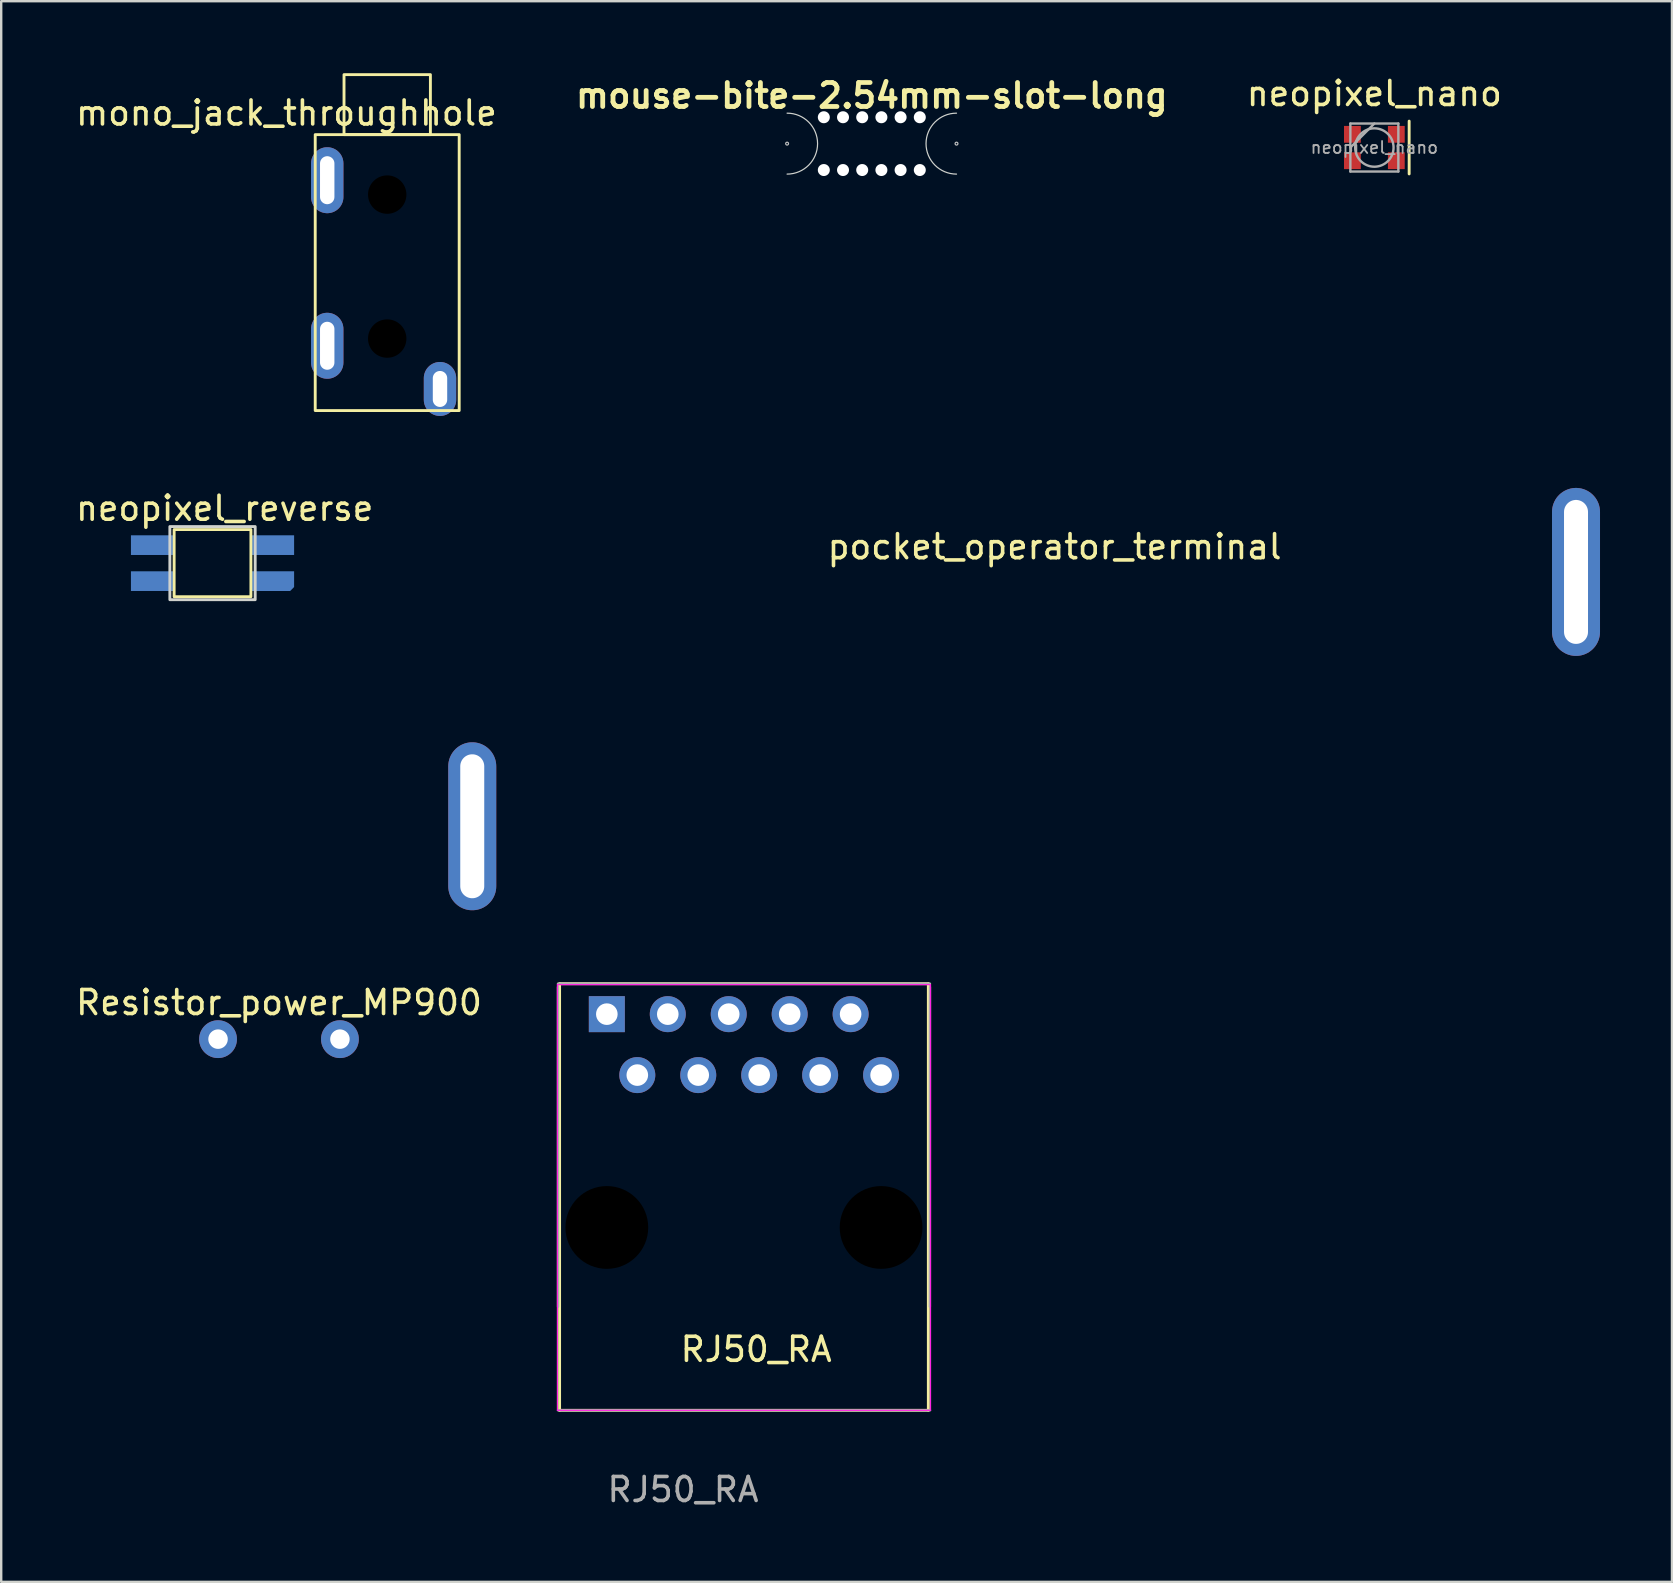
<source format=kicad_pcb>
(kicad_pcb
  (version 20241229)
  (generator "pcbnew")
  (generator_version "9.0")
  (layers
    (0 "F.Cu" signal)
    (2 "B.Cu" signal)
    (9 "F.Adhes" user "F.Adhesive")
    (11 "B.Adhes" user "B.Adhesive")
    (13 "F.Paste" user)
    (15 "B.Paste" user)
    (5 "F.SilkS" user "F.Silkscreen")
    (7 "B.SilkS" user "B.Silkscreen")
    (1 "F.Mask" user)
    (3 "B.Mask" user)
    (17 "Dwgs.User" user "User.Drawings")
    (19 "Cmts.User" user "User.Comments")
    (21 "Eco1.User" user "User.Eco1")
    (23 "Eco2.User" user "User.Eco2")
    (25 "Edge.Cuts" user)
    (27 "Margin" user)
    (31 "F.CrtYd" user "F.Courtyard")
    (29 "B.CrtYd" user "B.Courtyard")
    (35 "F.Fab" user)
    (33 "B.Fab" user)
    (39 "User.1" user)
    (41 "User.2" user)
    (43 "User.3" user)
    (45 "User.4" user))
  (footprint "RJ50_RA"
    (layer "F.Cu")
    (at 27.955 48.105)
    (property "Reference" "RJ50_RA" (at 0.508 5.08 0) (layer "F.SilkS") (effects (font (size 1 1) (thickness 0.15))))
    (fp_line (start -7.684 -10.16) (end -7.684 7.62) (stroke (width 0.12) (type solid)) (layer "F.SilkS"))
    (fp_line (start 7.684 -10.16) (end -7.684 -10.16) (stroke (width 0.12) (type solid)) (layer "F.SilkS"))
    (fp_line (start 7.684 -10.16) (end 7.684 7.62) (stroke (width 0.12) (type solid)) (layer "F.SilkS"))
    (fp_line (start 7.684 7.62) (end -7.684 7.62) (stroke (width 0.12) (type solid)) (layer "F.SilkS"))
    (fp_line (start -7.775 -10.12) (end -7.775 7.62) (stroke (width 0.05) (type solid)) (layer "F.CrtYd"))
    (fp_line (start -7.775 -10.12) (end 7.775 -10.12) (stroke (width 0.05) (type solid)) (layer "F.CrtYd"))
    (fp_line (start -7.775 7.62) (end 7.775 7.62) (stroke (width 0.05) (type solid)) (layer "F.CrtYd"))
    (fp_line (start 7.775 -10.12) (end 7.775 7.62) (stroke (width 0.05) (type solid)) (layer "F.CrtYd"))
    (fp_line (start -7.75 -10.02) (end -7.747 3.302) (stroke (width 0.1) (type solid)) (layer "F.Fab"))
    (fp_line (start 7.75 -10.16) (end -7.75 -10.16) (stroke (width 0.1) (type solid)) (layer "F.Fab"))
    (fp_line (start 7.75 -10.02) (end 7.747 3.302) (stroke (width 0.1) (type solid)) (layer "F.Fab"))
    (fp_line (start 7.753 7.62) (end -7.747 7.62) (stroke (width 0.1) (type solid)) (layer "F.Fab"))
    (fp_text user "${REFERENCE}" (at -2.54 10.922 0) (layer "F.Fab") (effects (font (size 1 1) (thickness 0.15))))
    (pad "" np_thru_hole circle (at -5.715 0) (size 3.65 3.65) (drill 3.45) (layers "*.Mask"))
    (pad "" np_thru_hole circle (at 5.715 0) (size 3.65 3.65) (drill 3.45) (layers "*.Mask"))
    (pad "1" thru_hole rect (at -5.715 -8.89) (size 1.5 1.5) (drill 0.9) (layers "*.Cu" "*.Mask"))
    (pad "2" thru_hole circle (at -4.445 -6.35) (size 1.5 1.5) (drill 0.9) (layers "*.Cu" "*.Mask"))
    (pad "3" thru_hole circle (at -3.175 -8.89) (size 1.5 1.5) (drill 0.9) (layers "*.Cu" "*.Mask"))
    (pad "4" thru_hole circle (at -1.905 -6.35) (size 1.5 1.5) (drill 0.9) (layers "*.Cu" "*.Mask"))
    (pad "5" thru_hole circle (at -0.635 -8.89) (size 1.5 1.5) (drill 0.9) (layers "*.Cu" "*.Mask"))
    (pad "6" thru_hole circle (at 0.635 -6.35) (size 1.5 1.5) (drill 0.9) (layers "*.Cu" "*.Mask"))
    (pad "7" thru_hole circle (at 1.905 -8.89) (size 1.5 1.5) (drill 0.9) (layers "*.Cu" "*.Mask"))
    (pad "8" thru_hole circle (at 3.175 -6.35) (size 1.5 1.5) (drill 0.9) (layers "*.Cu" "*.Mask"))
    (pad "9" thru_hole circle (at 4.445 -8.89) (size 1.5 1.5) (drill 0.9) (layers "*.Cu" "*.Mask"))
    (pad "10" thru_hole circle (at 5.715 -6.35) (size 1.5 1.5) (drill 0.9) (layers "*.Cu" "*.Mask")))
  (footprint "Resistor_power_MP900"
    (layer "F.Cu")
    (at 8.577 40.257)
    (property "Reference" "Resistor_power_MP900" (at 0 -1.524 0) (unlocked yes) (layer "F.SilkS") (effects (font (size 1 1) (thickness 0.15))))
    (attr through_hole)
    (pad "1" thru_hole circle (at -2.54 0) (size 1.575 1.575) (drill 0.813) (layers "*.Cu" "*.Mask"))
    (pad "2" thru_hole circle (at 2.54 0) (size 1.575 1.575) (drill 0.813) (layers "*.Cu" "*.Mask")))
  (footprint "neopixel_reverse"
    (layer "F.Cu")
    (at 5.807 20.419)
    (property "Reference" "neopixel_reverse" (at 0.508 -2.286 0) (unlocked yes) (layer "F.SilkS") (effects (font (size 1 1) (thickness 0.15))))
    (fp_rect (start -1.6 -1.4) (end 1.6 1.4) (stroke (width 0.12) (type solid)) (fill no) (layer "F.SilkS"))
    (fp_rect (start -1.778 -1.524) (end 1.778 1.524) (stroke (width 0.12) (type solid)) (fill no) (layer "Edge.Cuts"))
    (pad "1" smd rect (at -2.5 -0.75) (size 1.8 0.82) (layers "B.Cu" "B.Mask" "B.Paste"))
    (pad "2" smd rect (at -2.5 0.75) (size 1.8 0.82) (layers "B.Cu" "B.Mask" "B.Paste"))
    (pad "3" smd roundrect (at 2.5 0.75) (size 1.8 0.82) (layers "B.Cu" "B.Mask" "B.Paste") (roundrect_rratio 0) (chamfer_ratio 0.2) (chamfer bottom_right))
    (pad "4" smd rect (at 2.5 -0.75) (size 1.8 0.82) (layers "B.Cu" "B.Mask" "B.Paste")))
  (footprint "neopixel_nano"
    (layer "F.Cu")
    (at 54.227 3.098)
    (property "Reference" "neopixel_nano" (at 0 -2.25 0) (layer "F.SilkS") (effects (font (size 1 1) (thickness 0.15))))
    (attr smd)
    (fp_line (start 1.45 1.1) (end 1.45 -1.1) (stroke (width 0.12) (type solid)) (layer "F.SilkS"))
    (fp_line (start -1 -1) (end -1 1) (stroke (width 0.1) (type solid)) (layer "F.Fab"))
    (fp_line (start -1 1) (end 1 1) (stroke (width 0.1) (type solid)) (layer "F.Fab"))
    (fp_line (start 0 -1) (end -1 0) (stroke (width 0.1) (type solid)) (layer "F.Fab"))
    (fp_line (start 1 -1) (end -1 -1) (stroke (width 0.1) (type solid)) (layer "F.Fab"))
    (fp_line (start 1 1) (end 1 -1) (stroke (width 0.1) (type solid)) (layer "F.Fab"))
    (fp_circle (center 0 0) (end 0.8 0) (stroke (width 0.1) (type solid)) (fill no) (layer "F.Fab"))
    (fp_text user "${REFERENCE}" (at 0 0 0) (layer "F.Fab") (effects (font (size 0.5 0.5) (thickness 0.075))))
    (pad "1" smd rect (at 0.915 0.55) (size 0.7 0.7) (layers "F.Cu" "F.Mask" "F.Paste"))
    (pad "2" smd rect (at 0.915 -0.55) (size 0.7 0.7) (layers "F.Cu" "F.Mask" "F.Paste"))
    (pad "3" smd rect (at -0.915 -0.55) (size 0.7 0.7) (layers "F.Cu" "F.Mask" "F.Paste"))
    (pad "4" smd rect (at -0.915 0.55) (size 0.7 0.7) (layers "F.Cu" "F.Mask" "F.Paste")))
  (footprint "pocket_operator_terminal"
    (layer "F.Cu")
    (at 39.631 26.085)
    (property "Reference" "pocket_operator_terminal" (at 1.27 -6.35 0) (layer "F.SilkS") (effects (font (size 1 1) (thickness 0.15))))
    (attr through_hole)
    (pad "1" thru_hole oval (at -23 5.3 90) (size 7 2) (drill oval 6 1) (layers "*.Cu" "*.Mask"))
    (pad "2" thru_hole oval (at 23 -5.3 90) (size 7 2) (drill oval 6 1) (layers "*.Cu" "*.Mask")))
  (footprint "mouse-bite-2.54mm-slot-long"
    (layer "F.Cu")
    (at 33.283 2.936)
    (property "Reference" "mouse-bite-2.54mm-slot-long" (at 0 -2 0) (layer "F.SilkS") (effects (font (size 1 1) (thickness 0.2))))
    (attr through_hole)
    (fp_circle (center -3.53 0) (end -3.47 0) (stroke (width 0.05) (type solid)) (fill no) (layer "Dwgs.User"))
    (fp_circle (center 3.53 0) (end 3.53 -0.06) (stroke (width 0.05) (type solid)) (fill no) (layer "Dwgs.User"))
    (fp_line (start -3.53 0) (end -3.53 0) (stroke (width 2.54) (type solid)) (layer "Eco1.User"))
    (fp_line (start 3.53 0) (end 3.53 0) (stroke (width 2.54) (type solid)) (layer "Eco1.User"))
    (fp_arc (start -3.53 -1.27) (mid -2.26 0) (end -3.53 1.27) (stroke (width 0.05) (type solid)) (layer "Edge.Cuts"))
    (fp_arc (start 3.53 1.27) (mid 2.26 0) (end 3.53 -1.27) (stroke (width 0.05) (type solid)) (layer "Edge.Cuts"))
    (pad "" np_thru_hole circle (at -2 -1.1) (size 0.5 0.5) (drill 0.5) (layers "*.Cu" "*.Mask"))
    (pad "" np_thru_hole circle (at -2 1.1) (size 0.5 0.5) (drill 0.5) (layers "*.Cu" "*.Mask"))
    (pad "" np_thru_hole circle (at -1.2 -1.1) (size 0.5 0.5) (drill 0.5) (layers "*.Cu" "*.Mask"))
    (pad "" np_thru_hole circle (at -1.2 1.1) (size 0.5 0.5) (drill 0.5) (layers "*.Cu" "*.Mask"))
    (pad "" np_thru_hole circle (at -0.4 -1.1) (size 0.5 0.5) (drill 0.5) (layers "*.Cu" "*.Mask"))
    (pad "" np_thru_hole circle (at -0.4 1.1) (size 0.5 0.5) (drill 0.5) (layers "*.Cu" "*.Mask"))
    (pad "" np_thru_hole circle (at 0.4 -1.1) (size 0.5 0.5) (drill 0.5) (layers "*.Cu" "*.Mask"))
    (pad "" np_thru_hole circle (at 0.4 1.1) (size 0.5 0.5) (drill 0.5) (layers "*.Cu" "*.Mask"))
    (pad "" np_thru_hole circle (at 1.2 -1.1) (size 0.5 0.5) (drill 0.5) (layers "*.Cu" "*.Mask"))
    (pad "" np_thru_hole circle (at 1.2 1.1) (size 0.5 0.5) (drill 0.5) (layers "*.Cu" "*.Mask"))
    (pad "" np_thru_hole circle (at 2 -1.1) (size 0.5 0.5) (drill 0.5) (layers "*.Cu" "*.Mask"))
    (pad "" np_thru_hole circle (at 2 1.1) (size 0.5 0.5) (drill 0.5) (layers "*.Cu" "*.Mask")))
  (footprint "mono_jack_throughhole"
    (layer "F.Cu")
    (at 13.087 4.46)
    (property "Reference" "mono_jack_throughhole" (at -4.2 -2.8 0) (unlocked yes) (layer "F.SilkS") (effects (font (size 1 1) (thickness 0.15))))
    (fp_rect (start -3 -1.9) (end 3 9.6) (stroke (width 0.12) (type solid)) (fill no) (layer "F.SilkS"))
    (fp_rect (start -1.8 -4.4) (end 1.8 -1.9) (stroke (width 0.12) (type solid)) (fill no) (layer "F.SilkS"))
    (pad "" np_thru_hole circle (at 0 0.6 180) (size 1.6 1.6) (drill 1.6) (layers "*.Mask"))
    (pad "" np_thru_hole circle (at 0 6.6 180) (size 1.6 1.6) (drill 1.6) (layers "*.Mask"))
    (pad "3" thru_hole oval (at 2.2 8.7 270) (size 2.25 1.35) (drill oval 1.5 0.6) (layers "*.Cu" "*.Mask"))
    (pad "S" thru_hole oval (at -2.5 0 90) (size 2.75 1.35) (drill oval 2 0.6) (layers "*.Cu" "*.Mask"))
    (pad "T" thru_hole oval (at -2.5 6.9 90) (size 2.75 1.35) (drill oval 2 0.6) (layers "*.Cu" "*.Mask")))
  (gr_rect
    (start -3 -3)
    (end 66.631 62.875)
    (stroke (width 0.1) (type default))
    (fill no)
    (layer "Edge.Cuts")))
</source>
